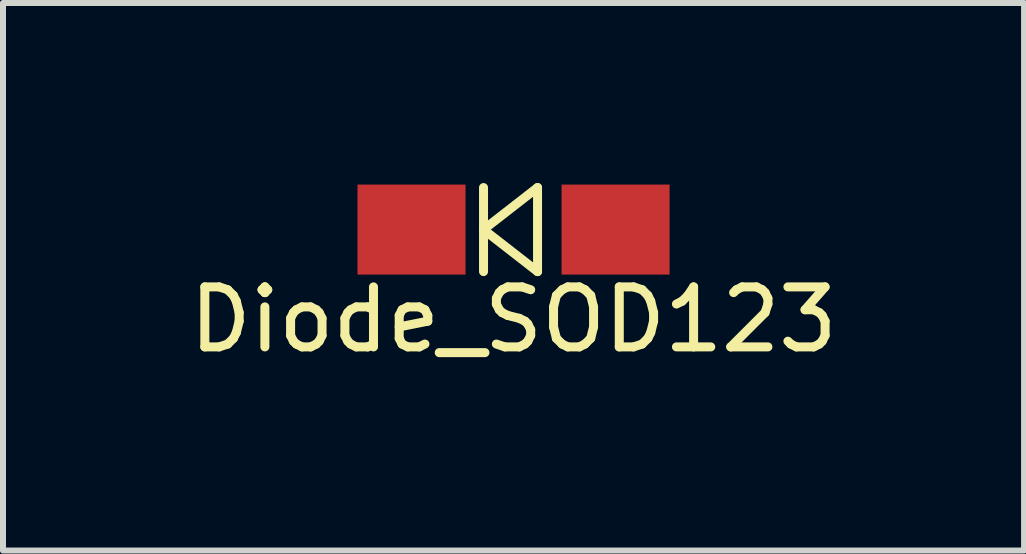
<source format=kicad_pcb>
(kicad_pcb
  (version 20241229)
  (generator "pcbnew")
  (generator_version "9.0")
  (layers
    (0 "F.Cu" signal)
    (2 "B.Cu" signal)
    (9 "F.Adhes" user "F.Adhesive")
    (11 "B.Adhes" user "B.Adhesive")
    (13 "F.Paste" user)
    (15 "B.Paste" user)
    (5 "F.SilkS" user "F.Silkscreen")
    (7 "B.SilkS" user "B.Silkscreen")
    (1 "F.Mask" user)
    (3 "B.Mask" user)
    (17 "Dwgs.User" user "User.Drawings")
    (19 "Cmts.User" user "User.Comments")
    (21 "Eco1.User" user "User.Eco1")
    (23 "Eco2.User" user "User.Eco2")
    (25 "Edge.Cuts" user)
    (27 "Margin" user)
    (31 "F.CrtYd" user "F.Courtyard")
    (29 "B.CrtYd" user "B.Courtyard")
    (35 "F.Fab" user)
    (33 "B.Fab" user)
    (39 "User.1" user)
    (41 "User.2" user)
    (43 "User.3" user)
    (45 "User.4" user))
  (footprint "Diode_SOD123"
    (placed yes)
    (layer "F.Cu")
    (at 5.506 0.775)
    (property "Reference" "Diode_SOD123" (at 0 1.5 0) (layer "F.SilkS") (effects (font (size 1 1) (thickness 0.15))))
    (attr through_hole)
    (fp_line (start -0.5 -0.7) (end -0.5 0.7) (stroke (width 0.15) (type solid)) (layer "F.SilkS"))
    (fp_line (start -0.5 0) (end 0.4 -0.7) (stroke (width 0.15) (type solid)) (layer "F.SilkS"))
    (fp_line (start 0.4 -0.7) (end 0.4 0.7) (stroke (width 0.15) (type solid)) (layer "F.SilkS"))
    (fp_line (start 0.4 0.7) (end -0.5 0) (stroke (width 0.15) (type solid)) (layer "F.SilkS"))
    (pad "1" smd rect (at -1.7 0) (size 1.8 1.5) (layers "F.Cu" "F.Mask" "F.Paste"))
    (pad "2" smd rect (at 1.7 0) (size 1.8 1.5) (layers "F.Cu" "F.Mask" "F.Paste")))
  (gr_rect
    (start -3 -3)
    (end 14.012 6.123)
    (stroke (width 0.1) (type default))
    (fill no)
    (layer "Edge.Cuts")))
</source>
